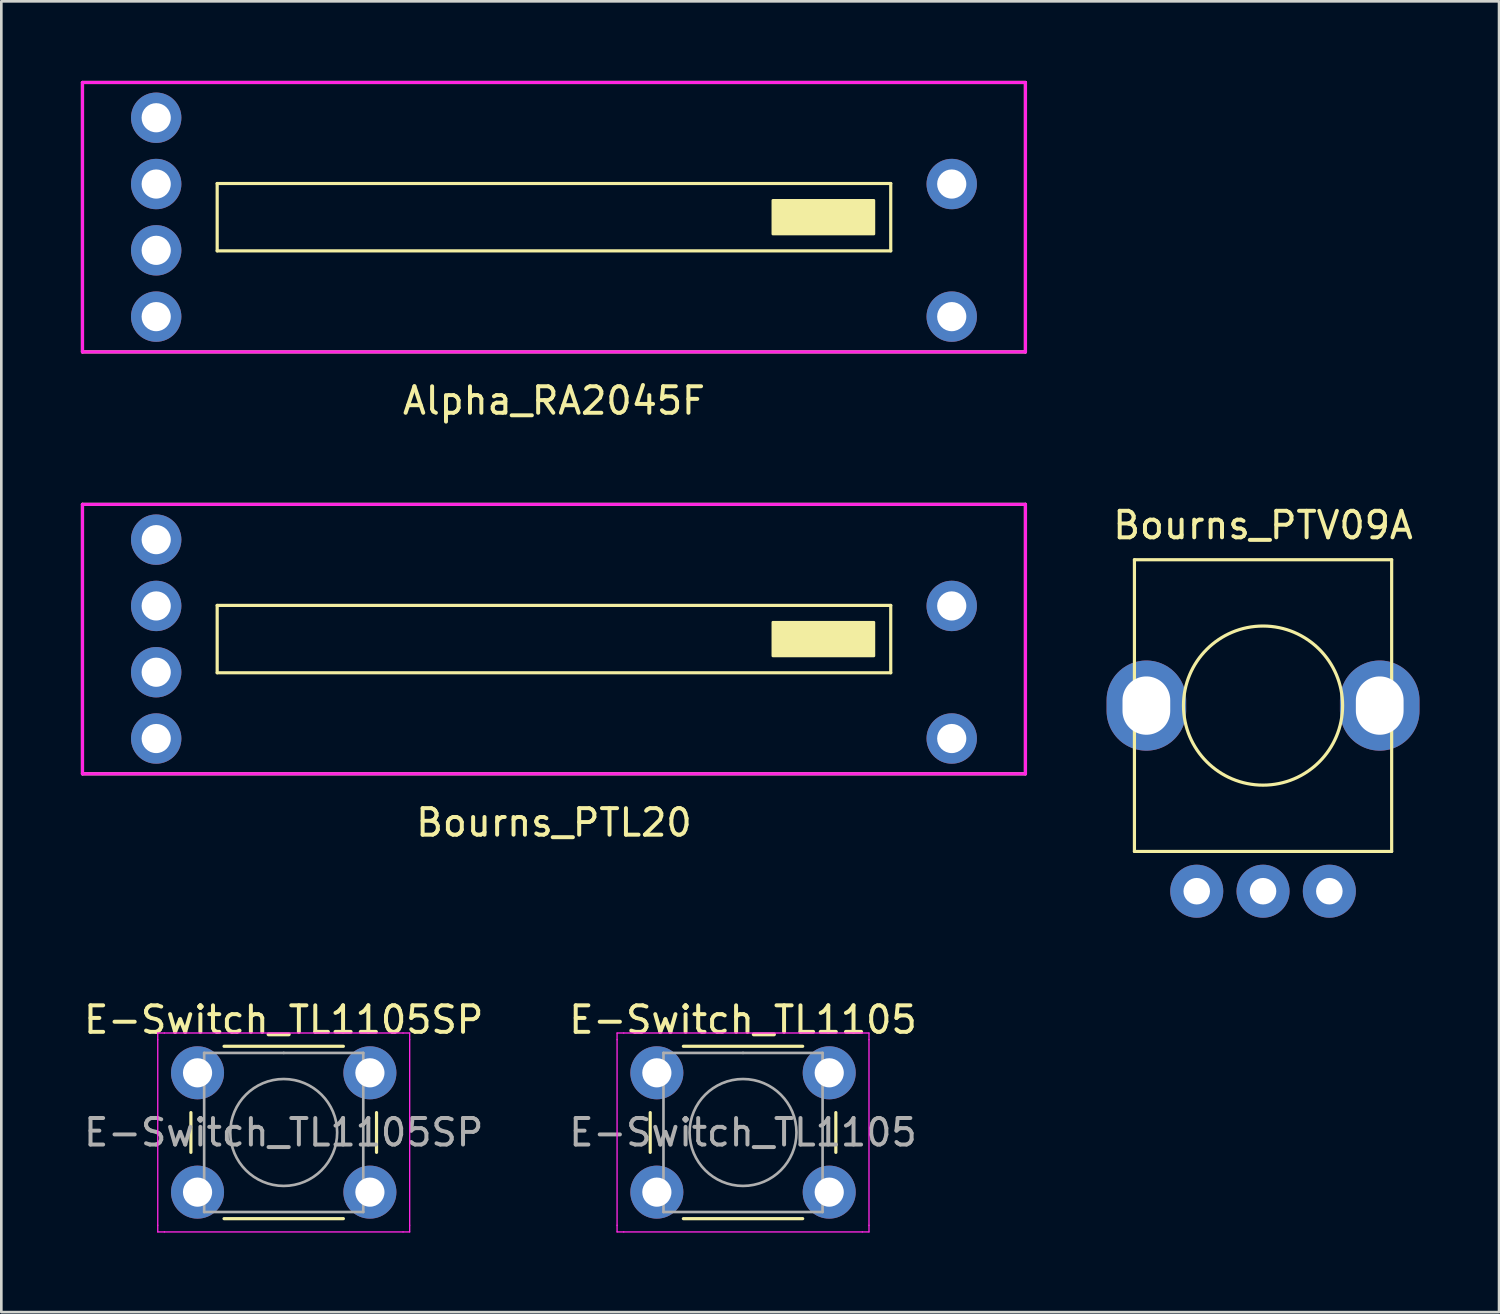
<source format=kicad_pcb>
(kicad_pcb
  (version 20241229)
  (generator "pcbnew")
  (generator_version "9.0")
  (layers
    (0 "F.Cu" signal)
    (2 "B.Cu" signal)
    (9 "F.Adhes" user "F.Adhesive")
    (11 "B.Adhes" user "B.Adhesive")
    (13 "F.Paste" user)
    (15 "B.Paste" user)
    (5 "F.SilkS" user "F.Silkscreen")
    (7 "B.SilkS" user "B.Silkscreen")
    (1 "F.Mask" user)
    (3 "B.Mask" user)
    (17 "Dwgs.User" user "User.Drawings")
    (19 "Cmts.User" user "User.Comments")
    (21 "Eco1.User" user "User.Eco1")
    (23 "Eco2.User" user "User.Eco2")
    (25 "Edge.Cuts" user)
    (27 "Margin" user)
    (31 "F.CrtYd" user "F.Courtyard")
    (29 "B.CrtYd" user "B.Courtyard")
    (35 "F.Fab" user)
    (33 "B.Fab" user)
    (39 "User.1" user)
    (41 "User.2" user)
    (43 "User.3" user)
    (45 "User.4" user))
  (footprint "E-Switch_TL1105SP"
    (layer "F.Cu")
    (at 7.649 39.656)
    (property "Reference" "E-Switch_TL1105SP" (at 0 -4.25 0) (layer "F.SilkS") (effects (font (size 1 1) (thickness 0.15))))
    (attr through_hole)
    (fp_line (start -3.5 -0.75) (end -3.5 0.75) (stroke (width 0.12) (type solid)) (layer "F.SilkS"))
    (fp_line (start -2.25 3.25) (end 2.25 3.25) (stroke (width 0.12) (type solid)) (layer "F.SilkS"))
    (fp_line (start 2.25 -3.25) (end -2.25 -3.25) (stroke (width 0.12) (type solid)) (layer "F.SilkS"))
    (fp_line (start 3.5 0.75) (end 3.5 -0.75) (stroke (width 0.12) (type solid)) (layer "F.SilkS"))
    (fp_line (start -4.75 -3.75) (end -4.5 -3.75) (stroke (width 0.05) (type solid)) (layer "F.CrtYd"))
    (fp_line (start -4.75 -3.5) (end -4.75 -3.75) (stroke (width 0.05) (type solid)) (layer "F.CrtYd"))
    (fp_line (start -4.75 3.5) (end -4.75 -3.5) (stroke (width 0.05) (type solid)) (layer "F.CrtYd"))
    (fp_line (start -4.75 3.5) (end -4.75 3.75) (stroke (width 0.05) (type solid)) (layer "F.CrtYd"))
    (fp_line (start -4.75 3.75) (end -4.5 3.75) (stroke (width 0.05) (type solid)) (layer "F.CrtYd"))
    (fp_line (start -4.5 -3.75) (end 4.5 -3.75) (stroke (width 0.05) (type solid)) (layer "F.CrtYd"))
    (fp_line (start 4.5 -3.75) (end 4.75 -3.75) (stroke (width 0.05) (type solid)) (layer "F.CrtYd"))
    (fp_line (start 4.5 3.75) (end -4.5 3.75) (stroke (width 0.05) (type solid)) (layer "F.CrtYd"))
    (fp_line (start 4.5 3.75) (end 4.75 3.75) (stroke (width 0.05) (type solid)) (layer "F.CrtYd"))
    (fp_line (start 4.75 -3.75) (end 4.75 -3.5) (stroke (width 0.05) (type solid)) (layer "F.CrtYd"))
    (fp_line (start 4.75 -3.5) (end 4.75 3.5) (stroke (width 0.05) (type solid)) (layer "F.CrtYd"))
    (fp_line (start 4.75 3.75) (end 4.75 3.5) (stroke (width 0.05) (type solid)) (layer "F.CrtYd"))
    (fp_line (start -3 -3) (end 0 -3) (stroke (width 0.1) (type solid)) (layer "F.Fab"))
    (fp_line (start -3 3) (end -3 -3) (stroke (width 0.1) (type solid)) (layer "F.Fab"))
    (fp_line (start 0 -3) (end 3 -3) (stroke (width 0.1) (type solid)) (layer "F.Fab"))
    (fp_line (start 3 -3) (end 3 3) (stroke (width 0.1) (type solid)) (layer "F.Fab"))
    (fp_line (start 3 3) (end -3 3) (stroke (width 0.1) (type solid)) (layer "F.Fab"))
    (fp_circle (center 0 0) (end -2 0.25) (stroke (width 0.1) (type solid)) (fill no) (layer "F.Fab"))
    (fp_text user "${REFERENCE}" (at 0 0 0) (layer "F.Fab") (effects (font (size 1 1) (thickness 0.15))))
    (pad "1" thru_hole circle (at -3.25 -2.25 90) (size 2 2) (drill 1.1) (layers "*.Cu" "*.Mask"))
    (pad "1" thru_hole circle (at 3.25 -2.25 90) (size 2 2) (drill 1.1) (layers "*.Cu" "*.Mask"))
    (pad "2" thru_hole circle (at -3.25 2.25 90) (size 2 2) (drill 1.1) (layers "*.Cu" "*.Mask"))
    (pad "2" thru_hole circle (at 3.25 2.25 90) (size 2 2) (drill 1.1) (layers "*.Cu" "*.Mask")))
  (footprint "E-Switch_TL1105"
    (layer "F.Cu")
    (at 24.97 39.656)
    (property "Reference" "E-Switch_TL1105" (at 0 -4.25 0) (layer "F.SilkS") (effects (font (size 1 1) (thickness 0.15))))
    (attr through_hole)
    (fp_line (start -3.5 -0.75) (end -3.5 0.75) (stroke (width 0.12) (type solid)) (layer "F.SilkS"))
    (fp_line (start -2.25 3.25) (end 2.25 3.25) (stroke (width 0.12) (type solid)) (layer "F.SilkS"))
    (fp_line (start 2.25 -3.25) (end -2.25 -3.25) (stroke (width 0.12) (type solid)) (layer "F.SilkS"))
    (fp_line (start 3.5 0.75) (end 3.5 -0.75) (stroke (width 0.12) (type solid)) (layer "F.SilkS"))
    (fp_line (start -4.75 -3.75) (end -4.5 -3.75) (stroke (width 0.05) (type solid)) (layer "F.CrtYd"))
    (fp_line (start -4.75 -3.5) (end -4.75 -3.75) (stroke (width 0.05) (type solid)) (layer "F.CrtYd"))
    (fp_line (start -4.75 3.5) (end -4.75 -3.5) (stroke (width 0.05) (type solid)) (layer "F.CrtYd"))
    (fp_line (start -4.75 3.5) (end -4.75 3.75) (stroke (width 0.05) (type solid)) (layer "F.CrtYd"))
    (fp_line (start -4.75 3.75) (end -4.5 3.75) (stroke (width 0.05) (type solid)) (layer "F.CrtYd"))
    (fp_line (start -4.5 -3.75) (end 4.5 -3.75) (stroke (width 0.05) (type solid)) (layer "F.CrtYd"))
    (fp_line (start 4.5 -3.75) (end 4.75 -3.75) (stroke (width 0.05) (type solid)) (layer "F.CrtYd"))
    (fp_line (start 4.5 3.75) (end -4.5 3.75) (stroke (width 0.05) (type solid)) (layer "F.CrtYd"))
    (fp_line (start 4.5 3.75) (end 4.75 3.75) (stroke (width 0.05) (type solid)) (layer "F.CrtYd"))
    (fp_line (start 4.75 -3.75) (end 4.75 -3.5) (stroke (width 0.05) (type solid)) (layer "F.CrtYd"))
    (fp_line (start 4.75 -3.5) (end 4.75 3.5) (stroke (width 0.05) (type solid)) (layer "F.CrtYd"))
    (fp_line (start 4.75 3.75) (end 4.75 3.5) (stroke (width 0.05) (type solid)) (layer "F.CrtYd"))
    (fp_line (start -3 -3) (end 0 -3) (stroke (width 0.1) (type solid)) (layer "F.Fab"))
    (fp_line (start -3 3) (end -3 -3) (stroke (width 0.1) (type solid)) (layer "F.Fab"))
    (fp_line (start 0 -3) (end 3 -3) (stroke (width 0.1) (type solid)) (layer "F.Fab"))
    (fp_line (start 3 -3) (end 3 3) (stroke (width 0.1) (type solid)) (layer "F.Fab"))
    (fp_line (start 3 3) (end -3 3) (stroke (width 0.1) (type solid)) (layer "F.Fab"))
    (fp_circle (center 0 0) (end -2 0.25) (stroke (width 0.1) (type solid)) (fill no) (layer "F.Fab"))
    (fp_text user "${REFERENCE}" (at 0 0 0) (layer "F.Fab") (effects (font (size 1 1) (thickness 0.15))))
    (pad "1" thru_hole circle (at -3.25 -2.25 90) (size 2 2) (drill 1.1) (layers "*.Cu" "*.Mask"))
    (pad "1" thru_hole circle (at 3.25 -2.25 90) (size 2 2) (drill 1.1) (layers "*.Cu" "*.Mask"))
    (pad "2" thru_hole circle (at -3.25 2.25 90) (size 2 2) (drill 1.1) (layers "*.Cu" "*.Mask"))
    (pad "2" thru_hole circle (at 3.25 2.25 90) (size 2 2) (drill 1.1) (layers "*.Cu" "*.Mask")))
  (footprint "Bourns_PTV09A"
    (layer "F.Cu")
    (at 44.58 23.558)
    (property "Reference" "Bourns_PTV09A" (at 0 -6.8 0) (layer "F.SilkS") (effects (font (size 1 1) (thickness 0.15))))
    (attr through_hole)
    (fp_line (start -4.85 -5.5) (end 4.85 -5.5) (stroke (width 0.12) (type solid)) (layer "F.SilkS"))
    (fp_line (start -4.85 5.5) (end -4.85 -5.5) (stroke (width 0.12) (type solid)) (layer "F.SilkS"))
    (fp_line (start 4.85 -5.5) (end 4.85 5.5) (stroke (width 0.12) (type solid)) (layer "F.SilkS"))
    (fp_line (start 4.85 5.5) (end -4.85 5.5) (stroke (width 0.12) (type solid)) (layer "F.SilkS"))
    (fp_circle (center 0 0) (end 3 0) (stroke (width 0.12) (type solid)) (fill no) (layer "F.SilkS"))
    (pad "1" thru_hole circle (at -2.5 7) (size 2 2) (drill 1) (layers "*.Cu" "*.Mask"))
    (pad "2" thru_hole circle (at 0 7) (size 2 2) (drill 1) (layers "*.Cu" "*.Mask"))
    (pad "3" thru_hole circle (at 2.5 7) (size 2 2) (drill 1) (layers "*.Cu" "*.Mask"))
    (pad "4" thru_hole oval (at -4.4 0) (size 3 3.4) (drill oval 1.8 2.2) (layers "*.Cu" "*.Mask"))
    (pad "5" thru_hole oval (at 4.4 0) (size 3 3.4) (drill oval 1.8 2.2) (layers "*.Cu" "*.Mask")))
  (footprint "Bourns_PTL20"
    (layer "F.Cu")
    (at 17.84 21.05)
    (property "Reference" "Bourns_PTL20" (at 0 6.921 0) (layer "F.SilkS") (effects (font (size 1 1) (thickness 0.15))))
    (attr through_hole)
    (fp_line (start -17.78 -5.08) (end 17.78 -5.08) (stroke (width 0.12) (type solid)) (layer "F.SilkS"))
    (fp_line (start -17.78 5.08) (end -17.78 -5.08) (stroke (width 0.12) (type solid)) (layer "F.SilkS"))
    (fp_line (start -12.7 -1.27) (end 12.7 -1.27) (stroke (width 0.12) (type solid)) (layer "F.SilkS"))
    (fp_line (start -12.7 1.27) (end -12.7 -1.27) (stroke (width 0.12) (type solid)) (layer "F.SilkS"))
    (fp_line (start 12.7 -1.27) (end 12.7 1.27) (stroke (width 0.12) (type solid)) (layer "F.SilkS"))
    (fp_line (start 12.7 1.27) (end -12.7 1.27) (stroke (width 0.12) (type solid)) (layer "F.SilkS"))
    (fp_line (start 17.78 -5.08) (end 17.78 5.08) (stroke (width 0.12) (type solid)) (layer "F.SilkS"))
    (fp_line (start 17.78 5.08) (end -17.78 5.08) (stroke (width 0.12) (type solid)) (layer "F.SilkS"))
    (fp_poly (pts (xy 8.255 -0.635) (xy 12.065 -0.635) (xy 12.065 0.635) (xy 8.255 0.635)) (stroke (width 0.1) (type solid)) (fill yes) (layer "F.SilkS"))
    (fp_line (start -17.78 -5.08) (end 17.78 -5.08) (stroke (width 0.12) (type solid)) (layer "F.CrtYd"))
    (fp_line (start -17.78 5.08) (end -17.78 -5.08) (stroke (width 0.12) (type solid)) (layer "F.CrtYd"))
    (fp_line (start 17.78 -5.08) (end 17.78 5.08) (stroke (width 0.12) (type solid)) (layer "F.CrtYd"))
    (fp_line (start 17.78 5.08) (end -17.78 5.08) (stroke (width 0.12) (type solid)) (layer "F.CrtYd"))
    (pad "1" thru_hole circle (at -15 -1.25) (size 1.9 1.9) (drill 1.1) (layers "*.Cu" "*.Mask"))
    (pad "2" thru_hole circle (at -15 -3.75) (size 1.9 1.9) (drill 1.1) (layers "*.Cu" "*.Mask"))
    (pad "3" thru_hole circle (at 15 -1.25) (size 1.9 1.9) (drill 1.1) (layers "*.Cu" "*.Mask"))
    (pad "4" thru_hole circle (at -15 1.25) (size 1.9 1.9) (drill 1.1) (layers "*.Cu" "*.Mask"))
    (pad "5" thru_hole circle (at -15 3.75) (size 1.9 1.9) (drill 1.1) (layers "*.Cu" "*.Mask"))
    (pad "6" thru_hole circle (at 15 3.75) (size 1.9 1.9) (drill 1.1) (layers "*.Cu" "*.Mask")))
  (footprint "Alpha_RA2045F"
    (layer "F.Cu")
    (at 17.84 5.14)
    (property "Reference" "Alpha_RA2045F" (at 0 6.921 0) (layer "F.SilkS") (effects (font (size 1 1) (thickness 0.15))))
    (attr through_hole)
    (fp_line (start -17.78 -5.08) (end 17.78 -5.08) (stroke (width 0.12) (type solid)) (layer "F.SilkS"))
    (fp_line (start -17.78 5.08) (end -17.78 -5.08) (stroke (width 0.12) (type solid)) (layer "F.SilkS"))
    (fp_line (start -12.7 -1.27) (end 12.7 -1.27) (stroke (width 0.12) (type solid)) (layer "F.SilkS"))
    (fp_line (start -12.7 1.27) (end -12.7 -1.27) (stroke (width 0.12) (type solid)) (layer "F.SilkS"))
    (fp_line (start 12.7 -1.27) (end 12.7 1.27) (stroke (width 0.12) (type solid)) (layer "F.SilkS"))
    (fp_line (start 12.7 1.27) (end -12.7 1.27) (stroke (width 0.12) (type solid)) (layer "F.SilkS"))
    (fp_line (start 17.78 -5.08) (end 17.78 5.08) (stroke (width 0.12) (type solid)) (layer "F.SilkS"))
    (fp_line (start 17.78 5.08) (end -17.78 5.08) (stroke (width 0.12) (type solid)) (layer "F.SilkS"))
    (fp_poly (pts (xy 8.255 -0.635) (xy 12.065 -0.635) (xy 12.065 0.635) (xy 8.255 0.635)) (stroke (width 0.1) (type solid)) (fill yes) (layer "F.SilkS"))
    (fp_line (start -17.78 -5.08) (end 17.78 -5.08) (stroke (width 0.12) (type solid)) (layer "F.CrtYd"))
    (fp_line (start -17.78 5.08) (end -17.78 -5.08) (stroke (width 0.12) (type solid)) (layer "F.CrtYd"))
    (fp_line (start 17.78 -5.08) (end 17.78 5.08) (stroke (width 0.12) (type solid)) (layer "F.CrtYd"))
    (fp_line (start 17.78 5.08) (end -17.78 5.08) (stroke (width 0.12) (type solid)) (layer "F.CrtYd"))
    (pad "1" thru_hole circle (at -15 -1.25) (size 1.9 1.9) (drill 1.1) (layers "*.Cu" "*.Mask"))
    (pad "2" thru_hole circle (at -15 -3.75) (size 1.9 1.9) (drill 1.1) (layers "*.Cu" "*.Mask"))
    (pad "3" thru_hole circle (at 15 -1.25) (size 1.9 1.9) (drill 1.1) (layers "*.Cu" "*.Mask"))
    (pad "4" thru_hole circle (at -15 1.25) (size 1.9 1.9) (drill 1.1) (layers "*.Cu" "*.Mask"))
    (pad "5" thru_hole circle (at -15 3.75) (size 1.9 1.9) (drill 1.1) (layers "*.Cu" "*.Mask"))
    (pad "6" thru_hole circle (at 15 3.75) (size 1.9 1.9) (drill 1.1) (layers "*.Cu" "*.Mask")))
  (gr_rect
    (start -3 -3)
    (end 53.48 46.431)
    (stroke (width 0.1) (type default))
    (fill no)
    (layer "Edge.Cuts")))
</source>
